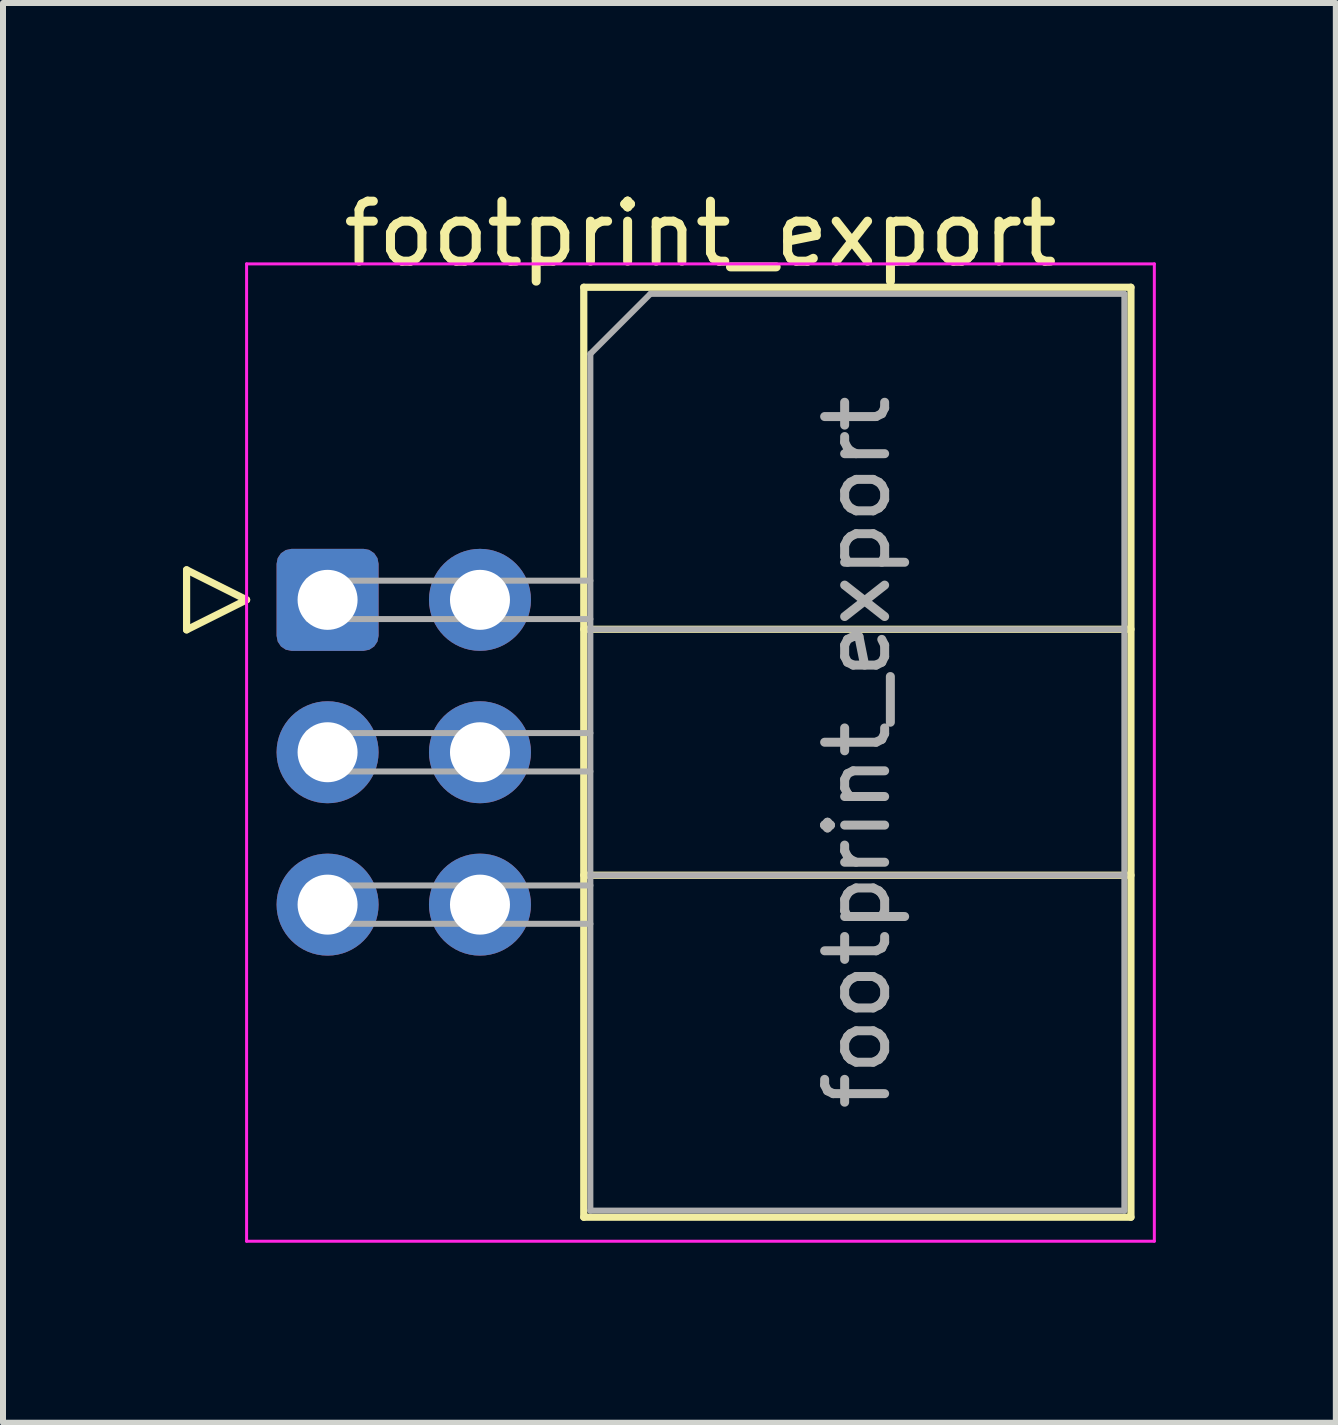
<source format=kicad_pcb>
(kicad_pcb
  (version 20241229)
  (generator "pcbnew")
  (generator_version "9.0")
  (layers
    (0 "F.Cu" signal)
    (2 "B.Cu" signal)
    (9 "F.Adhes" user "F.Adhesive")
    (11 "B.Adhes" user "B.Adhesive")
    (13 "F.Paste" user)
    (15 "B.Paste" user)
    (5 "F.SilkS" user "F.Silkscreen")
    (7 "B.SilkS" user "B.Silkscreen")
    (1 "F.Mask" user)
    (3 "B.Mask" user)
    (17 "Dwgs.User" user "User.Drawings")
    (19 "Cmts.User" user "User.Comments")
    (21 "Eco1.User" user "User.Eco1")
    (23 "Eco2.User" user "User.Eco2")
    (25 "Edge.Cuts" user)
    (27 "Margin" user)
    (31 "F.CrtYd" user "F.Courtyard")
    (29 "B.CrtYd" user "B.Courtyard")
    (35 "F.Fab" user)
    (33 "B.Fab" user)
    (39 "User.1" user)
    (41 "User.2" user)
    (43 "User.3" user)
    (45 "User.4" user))
  (footprint "footprint_export"
    (layer "F.Cu")
    (at 2.41 6.948)
    (property "Reference" "footprint_export" (at 6.215 -6.1 0) (layer "F.SilkS") (effects (font (size 1 1) (thickness 0.15))))
    (attr through_hole)
    (fp_line (start -2.35 -0.5) (end -2.35 0.5) (stroke (width 0.12) (type solid)) (layer "F.SilkS"))
    (fp_line (start -2.35 0.5) (end -1.35 0) (stroke (width 0.12) (type solid)) (layer "F.SilkS"))
    (fp_line (start -1.35 0) (end -2.35 -0.5) (stroke (width 0.12) (type solid)) (layer "F.SilkS"))
    (fp_line (start 4.27 -5.21) (end 13.39 -5.21) (stroke (width 0.12) (type solid)) (layer "F.SilkS"))
    (fp_line (start 4.27 0.49) (end 13.39 0.49) (stroke (width 0.12) (type solid)) (layer "F.SilkS"))
    (fp_line (start 4.27 4.59) (end 13.39 4.59) (stroke (width 0.12) (type solid)) (layer "F.SilkS"))
    (fp_line (start 4.27 10.29) (end 4.27 -5.21) (stroke (width 0.12) (type solid)) (layer "F.SilkS"))
    (fp_line (start 13.39 -5.21) (end 13.39 10.29) (stroke (width 0.12) (type solid)) (layer "F.SilkS"))
    (fp_line (start 13.39 10.29) (end 4.27 10.29) (stroke (width 0.12) (type solid)) (layer "F.SilkS"))
    (fp_line (start -1.35 -5.6) (end -1.35 10.69) (stroke (width 0.05) (type solid)) (layer "F.CrtYd"))
    (fp_line (start -1.35 10.69) (end 13.78 10.69) (stroke (width 0.05) (type solid)) (layer "F.CrtYd"))
    (fp_line (start 13.78 -5.6) (end -1.35 -5.6) (stroke (width 0.05) (type solid)) (layer "F.CrtYd"))
    (fp_line (start 13.78 10.69) (end 13.78 -5.6) (stroke (width 0.05) (type solid)) (layer "F.CrtYd"))
    (fp_line (start -0.32 -0.32) (end -0.32 0.32) (stroke (width 0.1) (type solid)) (layer "F.Fab"))
    (fp_line (start -0.32 0.32) (end 4.38 0.32) (stroke (width 0.1) (type solid)) (layer "F.Fab"))
    (fp_line (start -0.32 2.22) (end -0.32 2.86) (stroke (width 0.1) (type solid)) (layer "F.Fab"))
    (fp_line (start -0.32 2.86) (end 4.38 2.86) (stroke (width 0.1) (type solid)) (layer "F.Fab"))
    (fp_line (start -0.32 4.76) (end -0.32 5.4) (stroke (width 0.1) (type solid)) (layer "F.Fab"))
    (fp_line (start -0.32 5.4) (end 4.38 5.4) (stroke (width 0.1) (type solid)) (layer "F.Fab"))
    (fp_line (start 4.38 -4.1) (end 5.38 -5.1) (stroke (width 0.1) (type solid)) (layer "F.Fab"))
    (fp_line (start 4.38 -0.32) (end -0.32 -0.32) (stroke (width 0.1) (type solid)) (layer "F.Fab"))
    (fp_line (start 4.38 0.49) (end 13.28 0.49) (stroke (width 0.1) (type solid)) (layer "F.Fab"))
    (fp_line (start 4.38 2.22) (end -0.32 2.22) (stroke (width 0.1) (type solid)) (layer "F.Fab"))
    (fp_line (start 4.38 4.59) (end 13.28 4.59) (stroke (width 0.1) (type solid)) (layer "F.Fab"))
    (fp_line (start 4.38 4.76) (end -0.32 4.76) (stroke (width 0.1) (type solid)) (layer "F.Fab"))
    (fp_line (start 4.38 10.18) (end 4.38 -4.1) (stroke (width 0.1) (type solid)) (layer "F.Fab"))
    (fp_line (start 5.38 -5.1) (end 13.28 -5.1) (stroke (width 0.1) (type solid)) (layer "F.Fab"))
    (fp_line (start 13.28 -5.1) (end 13.28 10.18) (stroke (width 0.1) (type solid)) (layer "F.Fab"))
    (fp_line (start 13.28 10.18) (end 4.38 10.18) (stroke (width 0.1) (type solid)) (layer "F.Fab"))
    (fp_text user "${REFERENCE}" (at 8.83 2.54 90) (layer "F.Fab") (effects (font (size 1 1) (thickness 0.15))))
    (pad "1" thru_hole roundrect (at 0 0) (size 1.7 1.7) (drill 1) (layers "*.Cu" "*.Mask") (roundrect_rratio 0.147))
    (pad "2" thru_hole circle (at 2.54 0) (size 1.7 1.7) (drill 1) (layers "*.Cu" "*.Mask"))
    (pad "3" thru_hole circle (at 0 2.54) (size 1.7 1.7) (drill 1) (layers "*.Cu" "*.Mask"))
    (pad "4" thru_hole circle (at 2.54 2.54) (size 1.7 1.7) (drill 1) (layers "*.Cu" "*.Mask"))
    (pad "5" thru_hole circle (at 0 5.08) (size 1.7 1.7) (drill 1) (layers "*.Cu" "*.Mask"))
    (pad "6" thru_hole circle (at 2.54 5.08) (size 1.7 1.7) (drill 1) (layers "*.Cu" "*.Mask")))
  (gr_rect
    (start -3 -3)
    (end 19.215 20.663)
    (stroke (width 0.1) (type default))
    (fill no)
    (layer "Edge.Cuts")))
</source>
